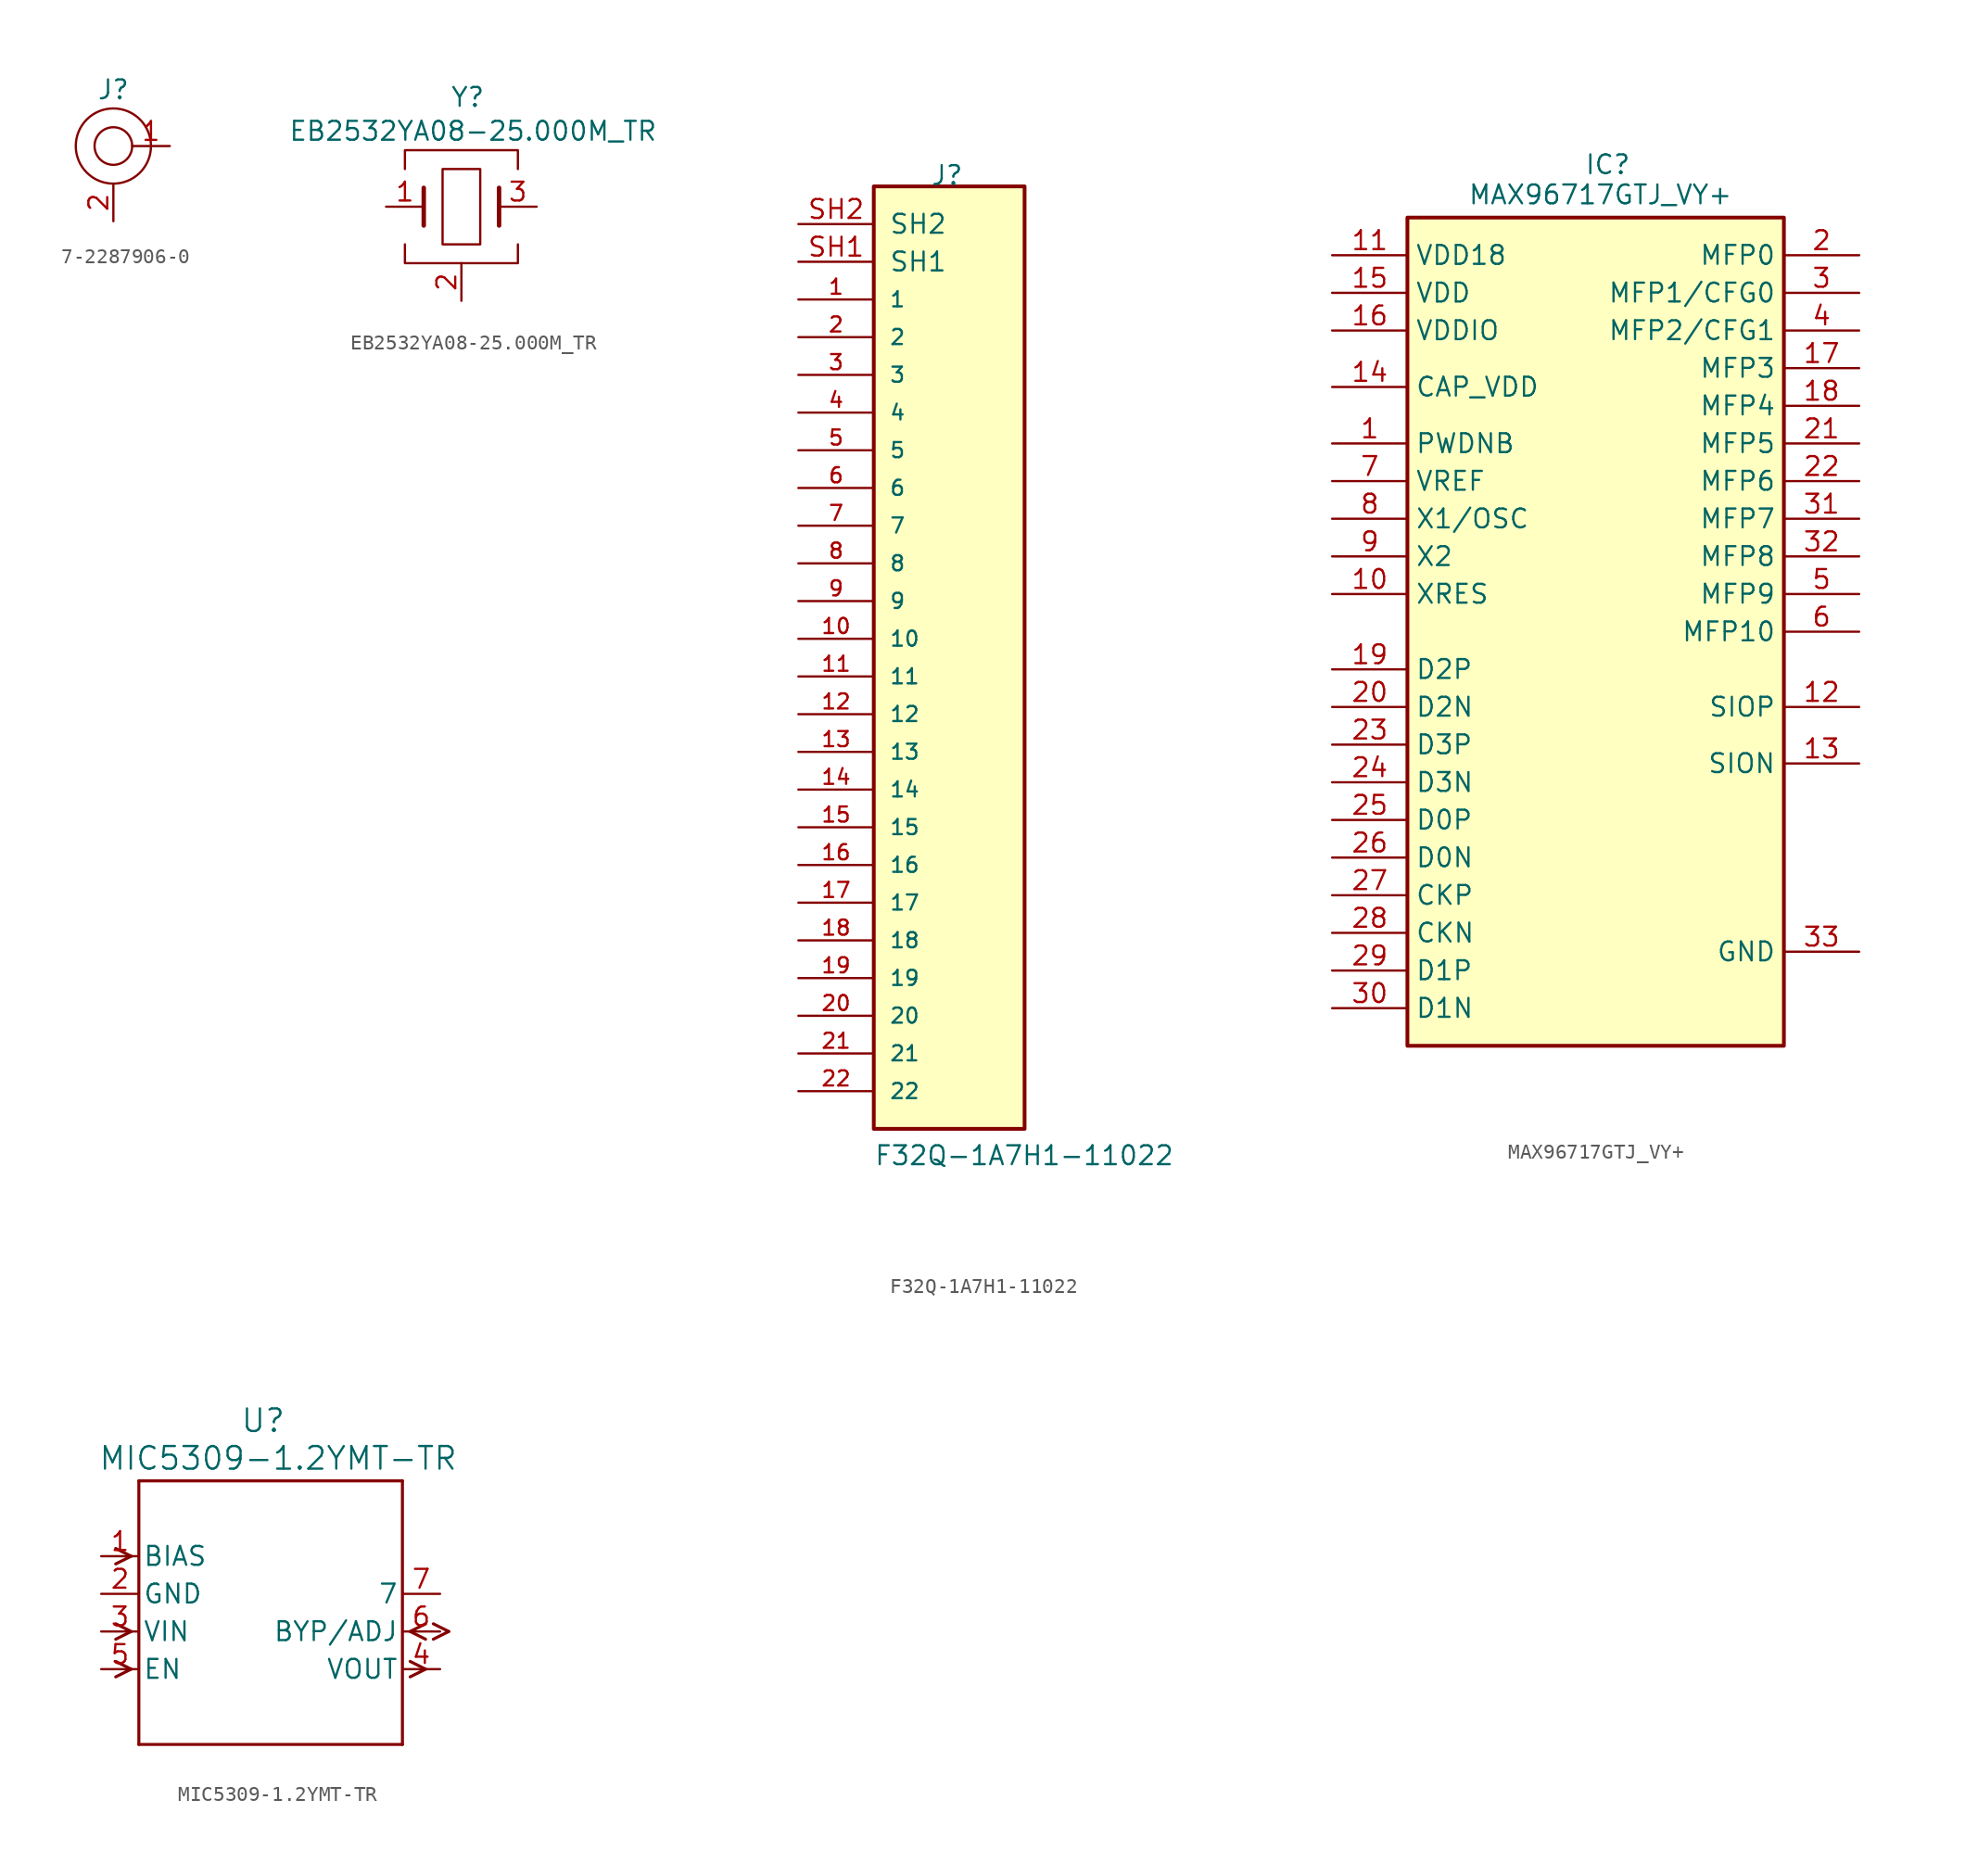
<source format=kicad_sym>
(kicad_symbol_lib
  (version 20231120)
  (generator "kicad_symbol_editor")
  (generator_version "8.0")
  (symbol "7-2287906-0"
    (property "Reference" "J"
      (at 0 3.81 0)
      (effects (font (size 1.27 1.27))))
    (property "Value" ""
      (at 0 0 0)
      (effects (font (size 1.27 1.27))))
    (symbol "7-2287906-0_0_1"
      (circle (center 0 0) (radius 1.27) (stroke (width 0) (type default)) (fill (type none)))
      (circle (center 0 0) (radius 2.54) (stroke (width 0) (type default)) (fill (type none))))
    (symbol "7-2287906-0_1_1"
      (pin passive line (at 0 -5.08 90) (length 2.54) hide (name "3" (effects (font (size 1.27 1.27)))) (number "" (effects (font (size 1.27 1.27)))))
      (pin passive line (at 0 -5.08 90) (length 2.54) hide (name "4" (effects (font (size 1.27 1.27)))) (number "" (effects (font (size 1.27 1.27)))))
      (pin passive line (at 0 -5.08 90) (length 2.54) hide (name "5" (effects (font (size 1.27 1.27)))) (number "" (effects (font (size 1.27 1.27)))))
      (pin bidirectional line (at 3.81 0 180) (length 2.54) (name "" (effects (font (size 1.27 1.27)))) (number "1" (effects (font (size 1.27 1.27)))))
      (pin bidirectional line (at 0 -5.08 90) (length 2.54) (name "" (effects (font (size 1.27 1.27)))) (number "2" (effects (font (size 1.27 1.27)))))))
  (symbol "EB2532YA08-25.000M_TR"
    (property "Reference" "Y"
      (at -0.762 8.128 0)
      (effects (font (size 1.27 1.27)) (justify left top)))
    (property "Value" "EB2532YA08-25.000M_TR"
      (at -11.684 5.842 0)
      (effects (font (size 1.27 1.27)) (justify left top)))
    (symbol "EB2532YA08-25.000M_TR_1_1"
      (polyline (pts (xy -2.54 1.27) (xy -2.54 -1.27)) (stroke (width 0.3) (type default)) (fill (type none)))
      (polyline (pts (xy 2.54 1.27) (xy 2.54 -1.27)) (stroke (width 0.3) (type default)) (fill (type none)))
      (polyline (pts (xy -3.81 2.54) (xy -3.81 3.81) (xy 3.81 3.81) (xy 3.81 2.54)) (stroke (width 0) (type default)) (fill (type none)))
      (polyline (pts (xy 3.81 -2.54) (xy 3.81 -3.81) (xy -3.81 -3.81) (xy -3.81 -2.54)) (stroke (width 0) (type default)) (fill (type none)))
      (polyline (pts (xy -1.27 -2.54) (xy -1.27 2.54) (xy 1.27 2.54) (xy 1.27 -2.54) (xy -1.27 -2.54)) (stroke (width 0) (type default)) (fill (type none)))
      (pin passive line (at -5.08 0 0) (length 2.54) (name "" (effects (font (size 1.27 1.27)))) (number "1" (effects (font (size 1.27 1.27)))))
      (pin passive line (at 0 -6.35 90) (length 2.54) (name "" (effects (font (size 1.27 1.27)))) (number "2" (effects (font (size 1.27 1.27)))))
      (pin passive line (at 5.08 0 180) (length 2.54) (name "" (effects (font (size 1.27 1.27)))) (number "3" (effects (font (size 1.27 1.27)))))
      (pin passive line (at 0 -6.35 90) (length 2.54) hide (name "" (effects (font (size 1.27 1.27)))) (number "4" (effects (font (size 1.27 1.27)))))))
  (symbol "F32Q-1A7H1-11022"
    (pin_names
      (offset 1.016))
    (property "Reference" "J"
      (at -1.27 35.56 0)
      (effects (font (size 1.27 1.27)) (justify left bottom)))
    (property "Value" "F32Q-1A7H1-11022"
      (at -5.08 -30.48 0)
      (effects (font (size 1.27 1.27)) (justify left bottom)))
    (symbol "F32Q-1A7H1-11022_0_0"
      (rectangle (start -5.08 35.56) (end 5.08 -27.94) (stroke (width 0.254) (type default)) (fill (type background)))
      (pin passive line (at -10.16 27.94 0) (length 5.08) (name "1" (effects (font (size 1.016 1.016)))) (number "1" (effects (font (size 1.016 1.016)))))
      (pin passive line (at -10.16 5.08 0) (length 5.08) (name "10" (effects (font (size 1.016 1.016)))) (number "10" (effects (font (size 1.016 1.016)))))
      (pin passive line (at -10.16 2.54 0) (length 5.08) (name "11" (effects (font (size 1.016 1.016)))) (number "11" (effects (font (size 1.016 1.016)))))
      (pin passive line (at -10.16 0 0) (length 5.08) (name "12" (effects (font (size 1.016 1.016)))) (number "12" (effects (font (size 1.016 1.016)))))
      (pin passive line (at -10.16 -2.54 0) (length 5.08) (name "13" (effects (font (size 1.016 1.016)))) (number "13" (effects (font (size 1.016 1.016)))))
      (pin passive line (at -10.16 -5.08 0) (length 5.08) (name "14" (effects (font (size 1.016 1.016)))) (number "14" (effects (font (size 1.016 1.016)))))
      (pin passive line (at -10.16 -7.62 0) (length 5.08) (name "15" (effects (font (size 1.016 1.016)))) (number "15" (effects (font (size 1.016 1.016)))))
      (pin passive line (at -10.16 -10.16 0) (length 5.08) (name "16" (effects (font (size 1.016 1.016)))) (number "16" (effects (font (size 1.016 1.016)))))
      (pin passive line (at -10.16 -12.7 0) (length 5.08) (name "17" (effects (font (size 1.016 1.016)))) (number "17" (effects (font (size 1.016 1.016)))))
      (pin passive line (at -10.16 -15.24 0) (length 5.08) (name "18" (effects (font (size 1.016 1.016)))) (number "18" (effects (font (size 1.016 1.016)))))
      (pin passive line (at -10.16 -17.78 0) (length 5.08) (name "19" (effects (font (size 1.016 1.016)))) (number "19" (effects (font (size 1.016 1.016)))))
      (pin passive line (at -10.16 25.4 0) (length 5.08) (name "2" (effects (font (size 1.016 1.016)))) (number "2" (effects (font (size 1.016 1.016)))))
      (pin passive line (at -10.16 -20.32 0) (length 5.08) (name "20" (effects (font (size 1.016 1.016)))) (number "20" (effects (font (size 1.016 1.016)))))
      (pin passive line (at -10.16 -22.86 0) (length 5.08) (name "21" (effects (font (size 1.016 1.016)))) (number "21" (effects (font (size 1.016 1.016)))))
      (pin passive line (at -10.16 -25.4 0) (length 5.08) (name "22" (effects (font (size 1.016 1.016)))) (number "22" (effects (font (size 1.016 1.016)))))
      (pin passive line (at -10.16 22.86 0) (length 5.08) (name "3" (effects (font (size 1.016 1.016)))) (number "3" (effects (font (size 1.016 1.016)))))
      (pin passive line (at -10.16 20.32 0) (length 5.08) (name "4" (effects (font (size 1.016 1.016)))) (number "4" (effects (font (size 1.016 1.016)))))
      (pin passive line (at -10.16 17.78 0) (length 5.08) (name "5" (effects (font (size 1.016 1.016)))) (number "5" (effects (font (size 1.016 1.016)))))
      (pin passive line (at -10.16 15.24 0) (length 5.08) (name "6" (effects (font (size 1.016 1.016)))) (number "6" (effects (font (size 1.016 1.016)))))
      (pin passive line (at -10.16 12.7 0) (length 5.08) (name "7" (effects (font (size 1.016 1.016)))) (number "7" (effects (font (size 1.016 1.016)))))
      (pin passive line (at -10.16 10.16 0) (length 5.08) (name "8" (effects (font (size 1.016 1.016)))) (number "8" (effects (font (size 1.016 1.016)))))
      (pin passive line (at -10.16 7.62 0) (length 5.08) (name "9" (effects (font (size 1.016 1.016)))) (number "9" (effects (font (size 1.016 1.016))))))
    (symbol "F32Q-1A7H1-11022_1_1"
      (pin passive line (at -10.16 30.48 0) (length 5.08) (name "SH1" (effects (font (size 1.27 1.27)))) (number "SH1" (effects (font (size 1.27 1.27)))))
      (pin passive line (at -10.16 33.02 0) (length 5.08) (name "SH2" (effects (font (size 1.27 1.27)))) (number "SH2" (effects (font (size 1.27 1.27)))))))
  (symbol "MAX96717GTJ_VY+"
    (property "Reference" "IC"
      (at -0.762 29.718 0)
      (effects (font (size 1.27 1.27)) (justify left top)))
    (property "Value" "MAX96717GTJ_VY+"
      (at -8.636 27.686 0)
      (effects (font (size 1.27 1.27)) (justify left top)))
    (symbol "MAX96717GTJ_VY+_1_1"
      (rectangle (start -12.7 25.4) (end 12.7 -30.48) (stroke (width 0.254) (type default)) (fill (type background)))
      (pin passive line (at -17.78 10.16 0) (length 5.08) (name "PWDNB" (effects (font (size 1.27 1.27)))) (number "1" (effects (font (size 1.27 1.27)))))
      (pin passive line (at -17.78 0 0) (length 5.08) (name "XRES" (effects (font (size 1.27 1.27)))) (number "10" (effects (font (size 1.27 1.27)))))
      (pin passive line (at -17.78 22.86 0) (length 5.08) (name "VDD18" (effects (font (size 1.27 1.27)))) (number "11" (effects (font (size 1.27 1.27)))))
      (pin passive line (at 17.78 -7.62 180) (length 5.08) (name "SIOP" (effects (font (size 1.27 1.27)))) (number "12" (effects (font (size 1.27 1.27)))))
      (pin passive line (at 17.78 -11.43 180) (length 5.08) (name "SION" (effects (font (size 1.27 1.27)))) (number "13" (effects (font (size 1.27 1.27)))))
      (pin passive line (at -17.78 13.97 0) (length 5.08) (name "CAP_VDD" (effects (font (size 1.27 1.27)))) (number "14" (effects (font (size 1.27 1.27)))))
      (pin passive line (at -17.78 20.32 0) (length 5.08) (name "VDD" (effects (font (size 1.27 1.27)))) (number "15" (effects (font (size 1.27 1.27)))))
      (pin passive line (at -17.78 17.78 0) (length 5.08) (name "VDDIO" (effects (font (size 1.27 1.27)))) (number "16" (effects (font (size 1.27 1.27)))))
      (pin passive line (at 17.78 15.24 180) (length 5.08) (name "MFP3" (effects (font (size 1.27 1.27)))) (number "17" (effects (font (size 1.27 1.27)))))
      (pin passive line (at 17.78 12.7 180) (length 5.08) (name "MFP4" (effects (font (size 1.27 1.27)))) (number "18" (effects (font (size 1.27 1.27)))))
      (pin passive line (at -17.78 -5.08 0) (length 5.08) (name "D2P" (effects (font (size 1.27 1.27)))) (number "19" (effects (font (size 1.27 1.27)))))
      (pin passive line (at 17.78 22.86 180) (length 5.08) (name "MFP0" (effects (font (size 1.27 1.27)))) (number "2" (effects (font (size 1.27 1.27)))))
      (pin passive line (at -17.78 -7.62 0) (length 5.08) (name "D2N" (effects (font (size 1.27 1.27)))) (number "20" (effects (font (size 1.27 1.27)))))
      (pin passive line (at 17.78 10.16 180) (length 5.08) (name "MFP5" (effects (font (size 1.27 1.27)))) (number "21" (effects (font (size 1.27 1.27)))))
      (pin passive line (at 17.78 7.62 180) (length 5.08) (name "MFP6" (effects (font (size 1.27 1.27)))) (number "22" (effects (font (size 1.27 1.27)))))
      (pin passive line (at -17.78 -10.16 0) (length 5.08) (name "D3P" (effects (font (size 1.27 1.27)))) (number "23" (effects (font (size 1.27 1.27)))))
      (pin passive line (at -17.78 -12.7 0) (length 5.08) (name "D3N" (effects (font (size 1.27 1.27)))) (number "24" (effects (font (size 1.27 1.27)))))
      (pin passive line (at -17.78 -15.24 0) (length 5.08) (name "D0P" (effects (font (size 1.27 1.27)))) (number "25" (effects (font (size 1.27 1.27)))))
      (pin passive line (at -17.78 -17.78 0) (length 5.08) (name "D0N" (effects (font (size 1.27 1.27)))) (number "26" (effects (font (size 1.27 1.27)))))
      (pin passive line (at -17.78 -20.32 0) (length 5.08) (name "CKP" (effects (font (size 1.27 1.27)))) (number "27" (effects (font (size 1.27 1.27)))))
      (pin passive line (at -17.78 -22.86 0) (length 5.08) (name "CKN" (effects (font (size 1.27 1.27)))) (number "28" (effects (font (size 1.27 1.27)))))
      (pin passive line (at -17.78 -25.4 0) (length 5.08) (name "D1P" (effects (font (size 1.27 1.27)))) (number "29" (effects (font (size 1.27 1.27)))))
      (pin passive line (at 17.78 20.32 180) (length 5.08) (name "MFP1/CFG0" (effects (font (size 1.27 1.27)))) (number "3" (effects (font (size 1.27 1.27)))))
      (pin passive line (at -17.78 -27.94 0) (length 5.08) (name "D1N" (effects (font (size 1.27 1.27)))) (number "30" (effects (font (size 1.27 1.27)))))
      (pin passive line (at 17.78 5.08 180) (length 5.08) (name "MFP7" (effects (font (size 1.27 1.27)))) (number "31" (effects (font (size 1.27 1.27)))))
      (pin passive line (at 17.78 2.54 180) (length 5.08) (name "MFP8" (effects (font (size 1.27 1.27)))) (number "32" (effects (font (size 1.27 1.27)))))
      (pin passive line (at 17.78 -24.13 180) (length 5.08) (name "GND" (effects (font (size 1.27 1.27)))) (number "33" (effects (font (size 1.27 1.27)))))
      (pin passive line (at 17.78 17.78 180) (length 5.08) (name "MFP2/CFG1" (effects (font (size 1.27 1.27)))) (number "4" (effects (font (size 1.27 1.27)))))
      (pin passive line (at 17.78 0 180) (length 5.08) (name "MFP9" (effects (font (size 1.27 1.27)))) (number "5" (effects (font (size 1.27 1.27)))))
      (pin passive line (at 17.78 -2.54 180) (length 5.08) (name "MFP10" (effects (font (size 1.27 1.27)))) (number "6" (effects (font (size 1.27 1.27)))))
      (pin passive line (at -17.78 7.62 0) (length 5.08) (name "VREF" (effects (font (size 1.27 1.27)))) (number "7" (effects (font (size 1.27 1.27)))))
      (pin passive line (at -17.78 5.08 0) (length 5.08) (name "X1/OSC" (effects (font (size 1.27 1.27)))) (number "8" (effects (font (size 1.27 1.27)))))
      (pin passive line (at -17.78 2.54 0) (length 5.08) (name "X2" (effects (font (size 1.27 1.27)))) (number "9" (effects (font (size 1.27 1.27)))))))
  (symbol "MIC5309-1.2YMT-TR"
    (pin_names
      (offset 0.254))
    (property "Reference" "U"
      (at -0.508 12.954 0)
      (effects (font (size 1.524 1.524))))
    (property "Value" "MIC5309-1.2YMT-TR"
      (at 0.508 10.414 0)
      (effects (font (size 1.524 1.524))))
    (symbol "MIC5309-1.2YMT-TR_0_1"
      (polyline (pts (xy -9.411 -3.81) (xy -10.452 -4.331)) (stroke (width 0.203) (type default)) (fill (type none)))
      (polyline (pts (xy -9.411 -3.81) (xy -10.452 -3.289)) (stroke (width 0.203) (type default)) (fill (type none)))
      (polyline (pts (xy -9.411 -1.27) (xy -10.452 -1.791)) (stroke (width 0.203) (type default)) (fill (type none)))
      (polyline (pts (xy -9.411 -1.27) (xy -10.452 -0.749)) (stroke (width 0.203) (type default)) (fill (type none)))
      (polyline (pts (xy -9.411 3.81) (xy -10.452 3.289)) (stroke (width 0.203) (type default)) (fill (type none)))
      (polyline (pts (xy -9.411 3.81) (xy -10.452 4.331)) (stroke (width 0.203) (type default)) (fill (type none)))
      (polyline (pts (xy -8.89 -8.89) (xy 8.89 -8.89)) (stroke (width 0.203) (type default)) (fill (type none)))
      (polyline (pts (xy -8.89 8.89) (xy -8.89 -8.89)) (stroke (width 0.203) (type default)) (fill (type none)))
      (polyline (pts (xy 8.89 -8.89) (xy 8.89 8.89)) (stroke (width 0.203) (type default)) (fill (type none)))
      (polyline (pts (xy 8.89 8.89) (xy -8.89 8.89)) (stroke (width 0.203) (type default)) (fill (type none)))
      (polyline (pts (xy 9.411 -4.331) (xy 10.452 -3.81)) (stroke (width 0.203) (type default)) (fill (type none)))
      (polyline (pts (xy 9.411 -3.289) (xy 10.452 -3.81)) (stroke (width 0.203) (type default)) (fill (type none)))
      (polyline (pts (xy 9.411 -1.27) (xy 10.452 -1.791)) (stroke (width 0.203) (type default)) (fill (type none)))
      (polyline (pts (xy 9.411 -1.27) (xy 10.452 -0.749)) (stroke (width 0.203) (type default)) (fill (type none)))
      (polyline (pts (xy 10.973 -1.791) (xy 12.014 -1.27)) (stroke (width 0.203) (type default)) (fill (type none)))
      (polyline (pts (xy 10.973 -0.749) (xy 12.014 -1.27)) (stroke (width 0.203) (type default)) (fill (type none))))
    (symbol "MIC5309-1.2YMT-TR_1_1"
      (pin input line (at -11.43 3.81 0) (length 2.54) (name "BIAS" (effects (font (size 1.27 1.27)))) (number "1" (effects (font (size 1.27 1.27)))))
      (pin power_in line (at -11.43 1.27 0) (length 2.54) (name "GND" (effects (font (size 1.27 1.27)))) (number "2" (effects (font (size 1.27 1.27)))))
      (pin input line (at -11.43 -1.27 0) (length 2.54) (name "VIN" (effects (font (size 1.27 1.27)))) (number "3" (effects (font (size 1.27 1.27)))))
      (pin output line (at 11.43 -3.81 180) (length 2.54) (name "VOUT" (effects (font (size 1.27 1.27)))) (number "4" (effects (font (size 1.27 1.27)))))
      (pin input line (at -11.43 -3.81 0) (length 2.54) (name "EN" (effects (font (size 1.27 1.27)))) (number "5" (effects (font (size 1.27 1.27)))))
      (pin bidirectional line (at 11.43 -1.27 180) (length 2.54) (name "BYP/ADJ" (effects (font (size 1.27 1.27)))) (number "6" (effects (font (size 1.27 1.27)))))
      (pin unspecified line (at 11.43 1.27 180) (length 2.54) (name "7" (effects (font (size 1.27 1.27)))) (number "7" (effects (font (size 1.27 1.27))))))))
</source>
